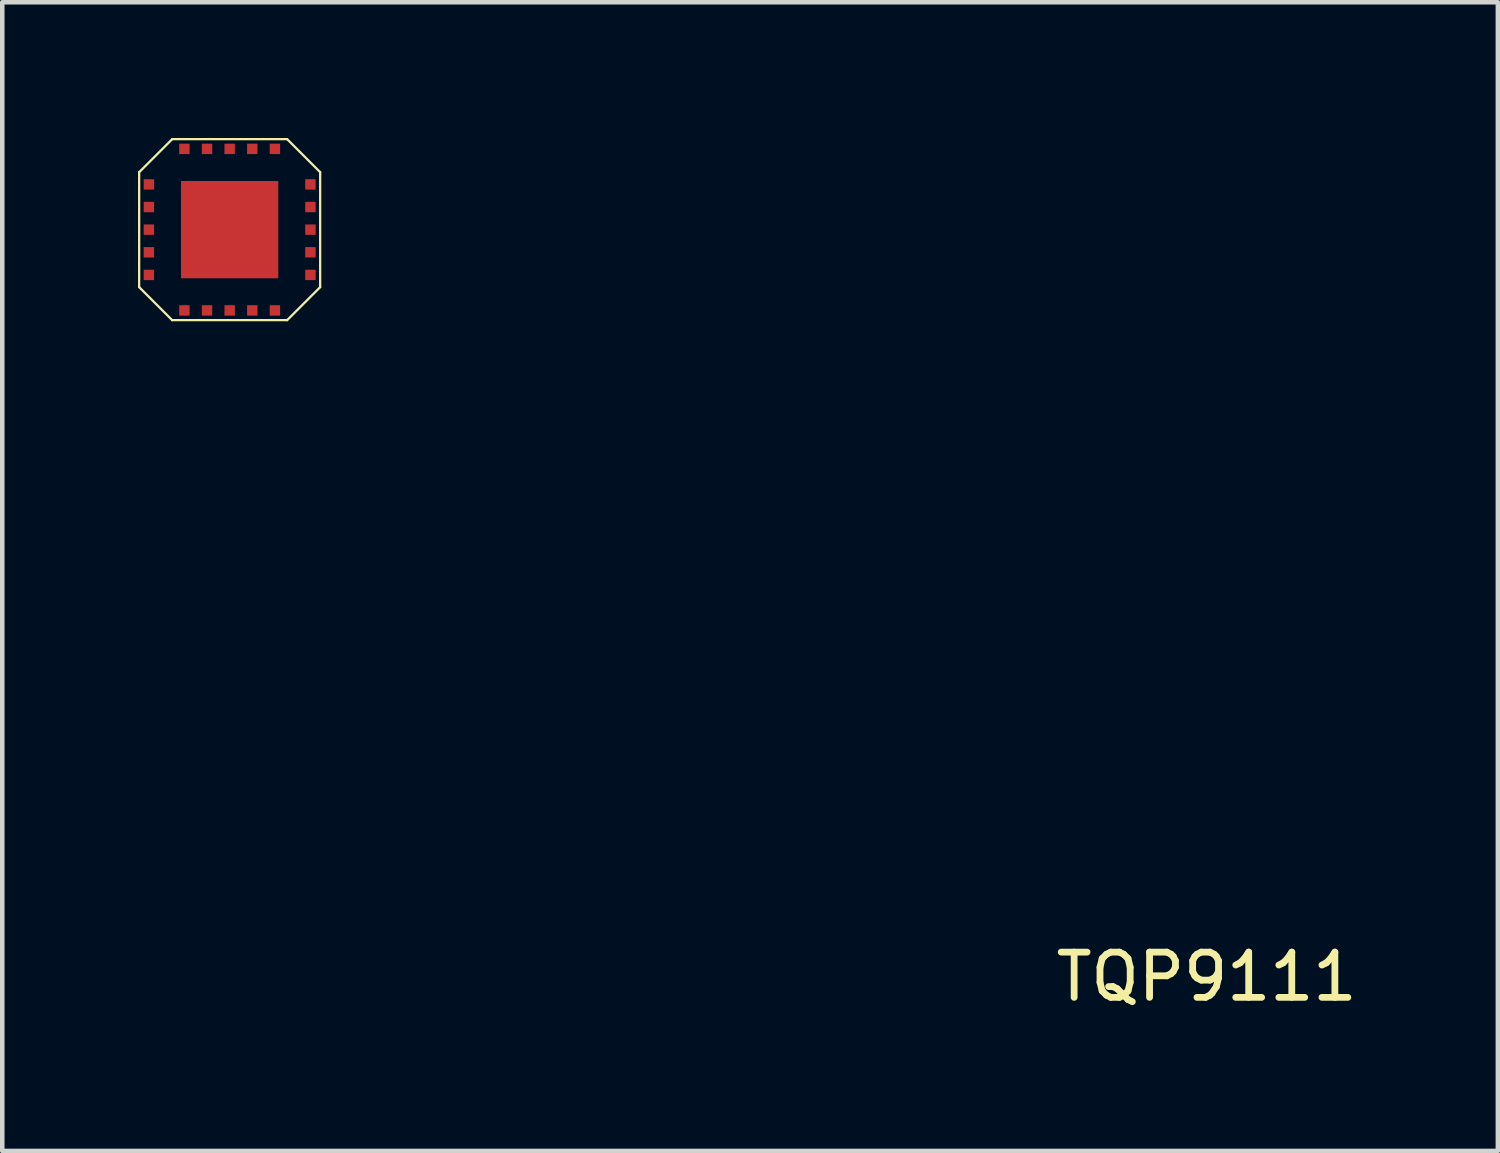
<source format=kicad_pcb>
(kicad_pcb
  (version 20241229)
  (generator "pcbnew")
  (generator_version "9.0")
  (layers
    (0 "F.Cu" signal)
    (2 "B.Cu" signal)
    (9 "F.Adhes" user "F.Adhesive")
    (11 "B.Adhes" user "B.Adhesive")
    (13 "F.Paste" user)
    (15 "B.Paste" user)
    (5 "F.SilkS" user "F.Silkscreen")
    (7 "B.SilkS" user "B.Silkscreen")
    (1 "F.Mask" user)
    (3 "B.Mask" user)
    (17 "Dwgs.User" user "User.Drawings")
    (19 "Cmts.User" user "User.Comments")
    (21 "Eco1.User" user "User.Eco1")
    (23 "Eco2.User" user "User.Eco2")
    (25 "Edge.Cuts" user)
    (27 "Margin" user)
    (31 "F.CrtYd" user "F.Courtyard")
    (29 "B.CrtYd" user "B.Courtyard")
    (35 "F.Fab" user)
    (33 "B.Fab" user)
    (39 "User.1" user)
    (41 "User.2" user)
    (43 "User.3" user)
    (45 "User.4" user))
  (footprint "TQP9111"
    (layer "F.Cu")
    (at 2.025 2.025)
    (property "Reference" "TQP9111" (at 21.59 16.51 0) (layer "F.SilkS") (effects (font (size 1 1) (thickness 0.15))))
    (attr through_hole)
    (fp_line (start -2 1.27) (end -2 -1.27) (stroke (width 0.05) (type solid)) (layer "F.SilkS"))
    (fp_line (start -1.27 -2) (end -2 -1.27) (stroke (width 0.05) (type solid)) (layer "F.SilkS"))
    (fp_line (start -1.27 -2) (end 1.27 -2) (stroke (width 0.05) (type solid)) (layer "F.SilkS"))
    (fp_line (start -1.27 2) (end -2 1.27) (stroke (width 0.05) (type solid)) (layer "F.SilkS"))
    (fp_line (start -1.27 2) (end 1.27 2) (stroke (width 0.05) (type solid)) (layer "F.SilkS"))
    (fp_line (start 1.27 -2) (end 2 -1.27) (stroke (width 0.05) (type solid)) (layer "F.SilkS"))
    (fp_line (start 2 -1.27) (end 2 1.27) (stroke (width 0.05) (type solid)) (layer "F.SilkS"))
    (fp_line (start 2 1.27) (end 1.27 2) (stroke (width 0.05) (type solid)) (layer "F.SilkS"))
    (pad "1" smd rect (at -1.785 -1) (size 0.23 0.23) (layers "F.Cu" "F.Mask" "F.Paste"))
    (pad "2" smd rect (at -1.785 -0.5) (size 0.23 0.23) (layers "F.Cu" "F.Mask" "F.Paste"))
    (pad "3" smd rect (at -1.785 0) (size 0.23 0.23) (layers "F.Cu" "F.Mask" "F.Paste"))
    (pad "4" smd rect (at -1.785 0.5) (size 0.23 0.23) (layers "F.Cu" "F.Mask" "F.Paste"))
    (pad "5" smd rect (at -1.785 1) (size 0.23 0.23) (layers "F.Cu" "F.Mask" "F.Paste"))
    (pad "6" smd rect (at -1 1.785) (size 0.23 0.23) (layers "F.Cu" "F.Mask" "F.Paste"))
    (pad "7" smd rect (at -0.5 1.785) (size 0.23 0.23) (layers "F.Cu" "F.Mask" "F.Paste"))
    (pad "8" smd rect (at 0 1.785) (size 0.23 0.23) (layers "F.Cu" "F.Mask" "F.Paste"))
    (pad "9" smd rect (at 0.5 1.785) (size 0.23 0.23) (layers "F.Cu" "F.Mask" "F.Paste"))
    (pad "10" smd rect (at 1 1.785) (size 0.23 0.23) (layers "F.Cu" "F.Mask" "F.Paste"))
    (pad "11" smd rect (at 1.785 1) (size 0.23 0.23) (layers "F.Cu" "F.Mask" "F.Paste"))
    (pad "12" smd rect (at 1.785 0.5) (size 0.23 0.23) (layers "F.Cu" "F.Mask" "F.Paste"))
    (pad "13" smd rect (at 1.785 0) (size 0.23 0.23) (layers "F.Cu" "F.Mask" "F.Paste"))
    (pad "14" smd rect (at 1.785 -0.5) (size 0.23 0.23) (layers "F.Cu" "F.Mask" "F.Paste"))
    (pad "15" smd rect (at 1.785 -1) (size 0.23 0.23) (layers "F.Cu" "F.Mask" "F.Paste"))
    (pad "16" smd rect (at 1 -1.785) (size 0.23 0.23) (layers "F.Cu" "F.Mask" "F.Paste"))
    (pad "17" smd rect (at 0.5 -1.785) (size 0.23 0.23) (layers "F.Cu" "F.Mask" "F.Paste"))
    (pad "18" smd rect (at 0 -1.785) (size 0.23 0.23) (layers "F.Cu" "F.Mask" "F.Paste"))
    (pad "19" smd rect (at -0.5 -1.785) (size 0.23 0.23) (layers "F.Cu" "F.Mask" "F.Paste"))
    (pad "20" smd rect (at -1 -1.785) (size 0.23 0.23) (layers "F.Cu" "F.Mask" "F.Paste"))
    (pad "21" smd rect (at 0 0) (size 2.15 2.15) (layers "F.Cu" "F.Mask" "F.Paste")))
  (gr_rect
    (start -3 -3)
    (end 30.05 22.383)
    (stroke (width 0.1) (type default))
    (fill no)
    (layer "Edge.Cuts")))
</source>
